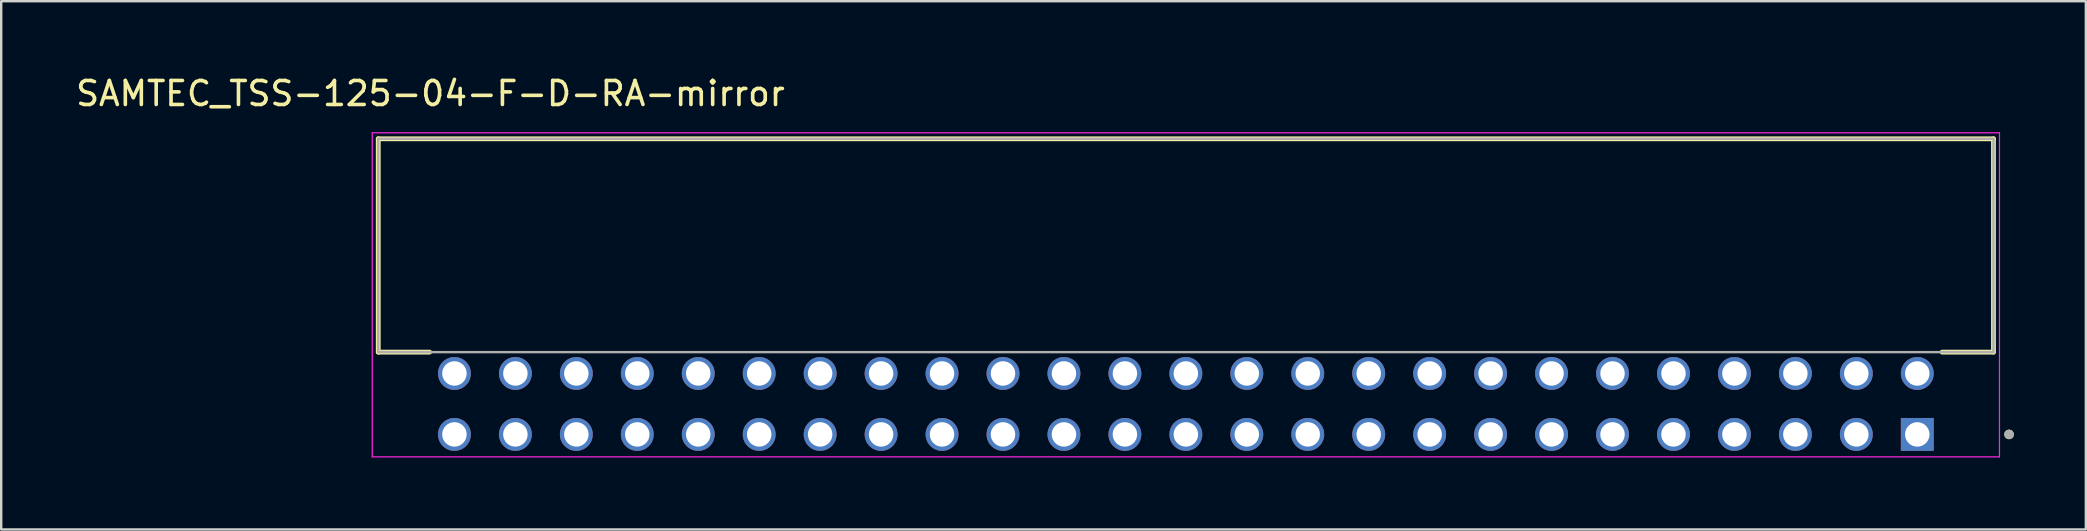
<source format=kicad_pcb>
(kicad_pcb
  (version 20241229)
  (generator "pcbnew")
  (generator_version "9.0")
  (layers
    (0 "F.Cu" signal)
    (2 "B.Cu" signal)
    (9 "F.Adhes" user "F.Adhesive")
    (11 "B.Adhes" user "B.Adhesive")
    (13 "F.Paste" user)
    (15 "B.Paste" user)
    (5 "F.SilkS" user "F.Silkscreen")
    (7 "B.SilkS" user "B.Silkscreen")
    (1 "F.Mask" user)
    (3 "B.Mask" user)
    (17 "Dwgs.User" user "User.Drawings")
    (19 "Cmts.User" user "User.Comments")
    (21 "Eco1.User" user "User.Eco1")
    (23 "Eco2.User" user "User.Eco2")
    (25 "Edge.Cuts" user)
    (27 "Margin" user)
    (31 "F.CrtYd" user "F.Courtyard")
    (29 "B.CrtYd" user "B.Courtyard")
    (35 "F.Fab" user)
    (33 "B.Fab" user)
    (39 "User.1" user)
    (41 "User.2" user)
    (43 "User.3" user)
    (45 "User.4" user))
  (footprint "SAMTEC_TSS-125-04-F-D-RA-mirror"
    (layer "F.Cu")
    (at 15.887 15.053)
    (property "Reference" "SAMTEC_TSS-125-04-F-D-RA-mirror" (at -1 -14.205 0) (layer "F.SilkS") (effects (font (size 1 1) (thickness 0.15))))
    (attr through_hole)
    (fp_line (start -3.175 -12.32) (end -3.175 -3.43) (stroke (width 0.2) (type solid)) (layer "F.SilkS"))
    (fp_line (start -1.035 -3.43) (end -3.175 -3.43) (stroke (width 0.2) (type solid)) (layer "F.SilkS"))
    (fp_line (start 61.995 -3.43) (end 64.135 -3.43) (stroke (width 0.2) (type solid)) (layer "F.SilkS"))
    (fp_line (start 64.135 -12.32) (end -3.175 -12.32) (stroke (width 0.2) (type solid)) (layer "F.SilkS"))
    (fp_line (start 64.135 -3.43) (end 64.135 -12.32) (stroke (width 0.2) (type solid)) (layer "F.SilkS"))
    (fp_circle (center 64.785 0) (end 64.685 0) (stroke (width 0.2) (type solid)) (fill no) (layer "F.SilkS"))
    (fp_line (start -3.425 -12.57) (end -3.425 0.935) (stroke (width 0.05) (type solid)) (layer "F.CrtYd"))
    (fp_line (start -3.425 0.935) (end 64.385 0.935) (stroke (width 0.05) (type solid)) (layer "F.CrtYd"))
    (fp_line (start 64.385 -12.57) (end -3.425 -12.57) (stroke (width 0.05) (type solid)) (layer "F.CrtYd"))
    (fp_line (start 64.385 0.935) (end 64.385 -12.57) (stroke (width 0.05) (type solid)) (layer "F.CrtYd"))
    (fp_line (start -3.175 -12.32) (end -3.175 -3.43) (stroke (width 0.1) (type solid)) (layer "F.Fab"))
    (fp_line (start -3.175 -3.43) (end 64.135 -3.43) (stroke (width 0.1) (type solid)) (layer "F.Fab"))
    (fp_line (start 64.135 -12.32) (end -3.175 -12.32) (stroke (width 0.1) (type solid)) (layer "F.Fab"))
    (fp_line (start 64.135 -3.43) (end 64.135 -12.32) (stroke (width 0.1) (type solid)) (layer "F.Fab"))
    (fp_circle (center 64.785 0) (end 64.685 0) (stroke (width 0.2) (type solid)) (fill no) (layer "F.Fab"))
    (pad "1" thru_hole circle (at 60.96 -2.54) (size 1.37 1.37) (drill 1.02) (layers "*.Cu" "*.Mask"))
    (pad "2" thru_hole rect (at 60.96 0) (size 1.37 1.37) (drill 1.02) (layers "*.Cu" "*.Mask"))
    (pad "3" thru_hole circle (at 58.42 -2.54) (size 1.37 1.37) (drill 1.02) (layers "*.Cu" "*.Mask"))
    (pad "4" thru_hole circle (at 58.42 0) (size 1.37 1.37) (drill 1.02) (layers "*.Cu" "*.Mask"))
    (pad "5" thru_hole circle (at 55.88 -2.54) (size 1.37 1.37) (drill 1.02) (layers "*.Cu" "*.Mask"))
    (pad "6" thru_hole circle (at 55.88 0) (size 1.37 1.37) (drill 1.02) (layers "*.Cu" "*.Mask"))
    (pad "7" thru_hole circle (at 53.34 -2.54) (size 1.37 1.37) (drill 1.02) (layers "*.Cu" "*.Mask"))
    (pad "8" thru_hole circle (at 53.34 0) (size 1.37 1.37) (drill 1.02) (layers "*.Cu" "*.Mask"))
    (pad "9" thru_hole circle (at 50.8 -2.54) (size 1.37 1.37) (drill 1.02) (layers "*.Cu" "*.Mask"))
    (pad "10" thru_hole circle (at 50.8 0) (size 1.37 1.37) (drill 1.02) (layers "*.Cu" "*.Mask"))
    (pad "11" thru_hole circle (at 48.26 -2.54) (size 1.37 1.37) (drill 1.02) (layers "*.Cu" "*.Mask"))
    (pad "12" thru_hole circle (at 48.26 0) (size 1.37 1.37) (drill 1.02) (layers "*.Cu" "*.Mask"))
    (pad "13" thru_hole circle (at 45.72 -2.54) (size 1.37 1.37) (drill 1.02) (layers "*.Cu" "*.Mask"))
    (pad "14" thru_hole circle (at 45.72 0) (size 1.37 1.37) (drill 1.02) (layers "*.Cu" "*.Mask"))
    (pad "15" thru_hole circle (at 43.18 -2.54) (size 1.37 1.37) (drill 1.02) (layers "*.Cu" "*.Mask"))
    (pad "16" thru_hole circle (at 43.18 0) (size 1.37 1.37) (drill 1.02) (layers "*.Cu" "*.Mask"))
    (pad "17" thru_hole circle (at 40.64 -2.54) (size 1.37 1.37) (drill 1.02) (layers "*.Cu" "*.Mask"))
    (pad "18" thru_hole circle (at 40.64 0) (size 1.37 1.37) (drill 1.02) (layers "*.Cu" "*.Mask"))
    (pad "19" thru_hole circle (at 38.1 -2.54) (size 1.37 1.37) (drill 1.02) (layers "*.Cu" "*.Mask"))
    (pad "20" thru_hole circle (at 38.1 0) (size 1.37 1.37) (drill 1.02) (layers "*.Cu" "*.Mask"))
    (pad "21" thru_hole circle (at 35.56 -2.54) (size 1.37 1.37) (drill 1.02) (layers "*.Cu" "*.Mask"))
    (pad "22" thru_hole circle (at 35.56 0) (size 1.37 1.37) (drill 1.02) (layers "*.Cu" "*.Mask"))
    (pad "23" thru_hole circle (at 33.02 -2.54) (size 1.37 1.37) (drill 1.02) (layers "*.Cu" "*.Mask"))
    (pad "24" thru_hole circle (at 33.02 0) (size 1.37 1.37) (drill 1.02) (layers "*.Cu" "*.Mask"))
    (pad "25" thru_hole circle (at 30.48 -2.54) (size 1.37 1.37) (drill 1.02) (layers "*.Cu" "*.Mask"))
    (pad "26" thru_hole circle (at 30.48 0) (size 1.37 1.37) (drill 1.02) (layers "*.Cu" "*.Mask"))
    (pad "27" thru_hole circle (at 27.94 -2.54) (size 1.37 1.37) (drill 1.02) (layers "*.Cu" "*.Mask"))
    (pad "28" thru_hole circle (at 27.94 0) (size 1.37 1.37) (drill 1.02) (layers "*.Cu" "*.Mask"))
    (pad "29" thru_hole circle (at 25.4 -2.54) (size 1.37 1.37) (drill 1.02) (layers "*.Cu" "*.Mask"))
    (pad "30" thru_hole circle (at 25.4 0) (size 1.37 1.37) (drill 1.02) (layers "*.Cu" "*.Mask"))
    (pad "31" thru_hole circle (at 22.86 -2.54) (size 1.37 1.37) (drill 1.02) (layers "*.Cu" "*.Mask"))
    (pad "32" thru_hole circle (at 22.86 0) (size 1.37 1.37) (drill 1.02) (layers "*.Cu" "*.Mask"))
    (pad "33" thru_hole circle (at 20.32 -2.54) (size 1.37 1.37) (drill 1.02) (layers "*.Cu" "*.Mask"))
    (pad "34" thru_hole circle (at 20.32 0) (size 1.37 1.37) (drill 1.02) (layers "*.Cu" "*.Mask"))
    (pad "35" thru_hole circle (at 17.78 -2.54) (size 1.37 1.37) (drill 1.02) (layers "*.Cu" "*.Mask"))
    (pad "36" thru_hole circle (at 17.78 0) (size 1.37 1.37) (drill 1.02) (layers "*.Cu" "*.Mask"))
    (pad "37" thru_hole circle (at 15.24 -2.54) (size 1.37 1.37) (drill 1.02) (layers "*.Cu" "*.Mask"))
    (pad "38" thru_hole circle (at 15.24 0) (size 1.37 1.37) (drill 1.02) (layers "*.Cu" "*.Mask"))
    (pad "39" thru_hole circle (at 12.7 -2.54) (size 1.37 1.37) (drill 1.02) (layers "*.Cu" "*.Mask"))
    (pad "40" thru_hole circle (at 12.7 0) (size 1.37 1.37) (drill 1.02) (layers "*.Cu" "*.Mask"))
    (pad "41" thru_hole circle (at 10.16 -2.54) (size 1.37 1.37) (drill 1.02) (layers "*.Cu" "*.Mask"))
    (pad "42" thru_hole circle (at 10.16 0) (size 1.37 1.37) (drill 1.02) (layers "*.Cu" "*.Mask"))
    (pad "43" thru_hole circle (at 7.62 -2.54) (size 1.37 1.37) (drill 1.02) (layers "*.Cu" "*.Mask"))
    (pad "44" thru_hole circle (at 7.62 0) (size 1.37 1.37) (drill 1.02) (layers "*.Cu" "*.Mask"))
    (pad "45" thru_hole circle (at 5.08 -2.54) (size 1.37 1.37) (drill 1.02) (layers "*.Cu" "*.Mask"))
    (pad "46" thru_hole circle (at 5.08 0) (size 1.37 1.37) (drill 1.02) (layers "*.Cu" "*.Mask"))
    (pad "47" thru_hole circle (at 2.54 -2.54) (size 1.37 1.37) (drill 1.02) (layers "*.Cu" "*.Mask"))
    (pad "48" thru_hole circle (at 2.54 0) (size 1.37 1.37) (drill 1.02) (layers "*.Cu" "*.Mask"))
    (pad "49" thru_hole circle (at 0 -2.54) (size 1.37 1.37) (drill 1.02) (layers "*.Cu" "*.Mask"))
    (pad "50" thru_hole circle (at 0 0) (size 1.37 1.37) (drill 1.02) (layers "*.Cu" "*.Mask")))
  (gr_rect
    (start -3 -3)
    (end 83.872 19.013)
    (stroke (width 0.1) (type default))
    (fill no)
    (layer "Edge.Cuts")))
</source>
